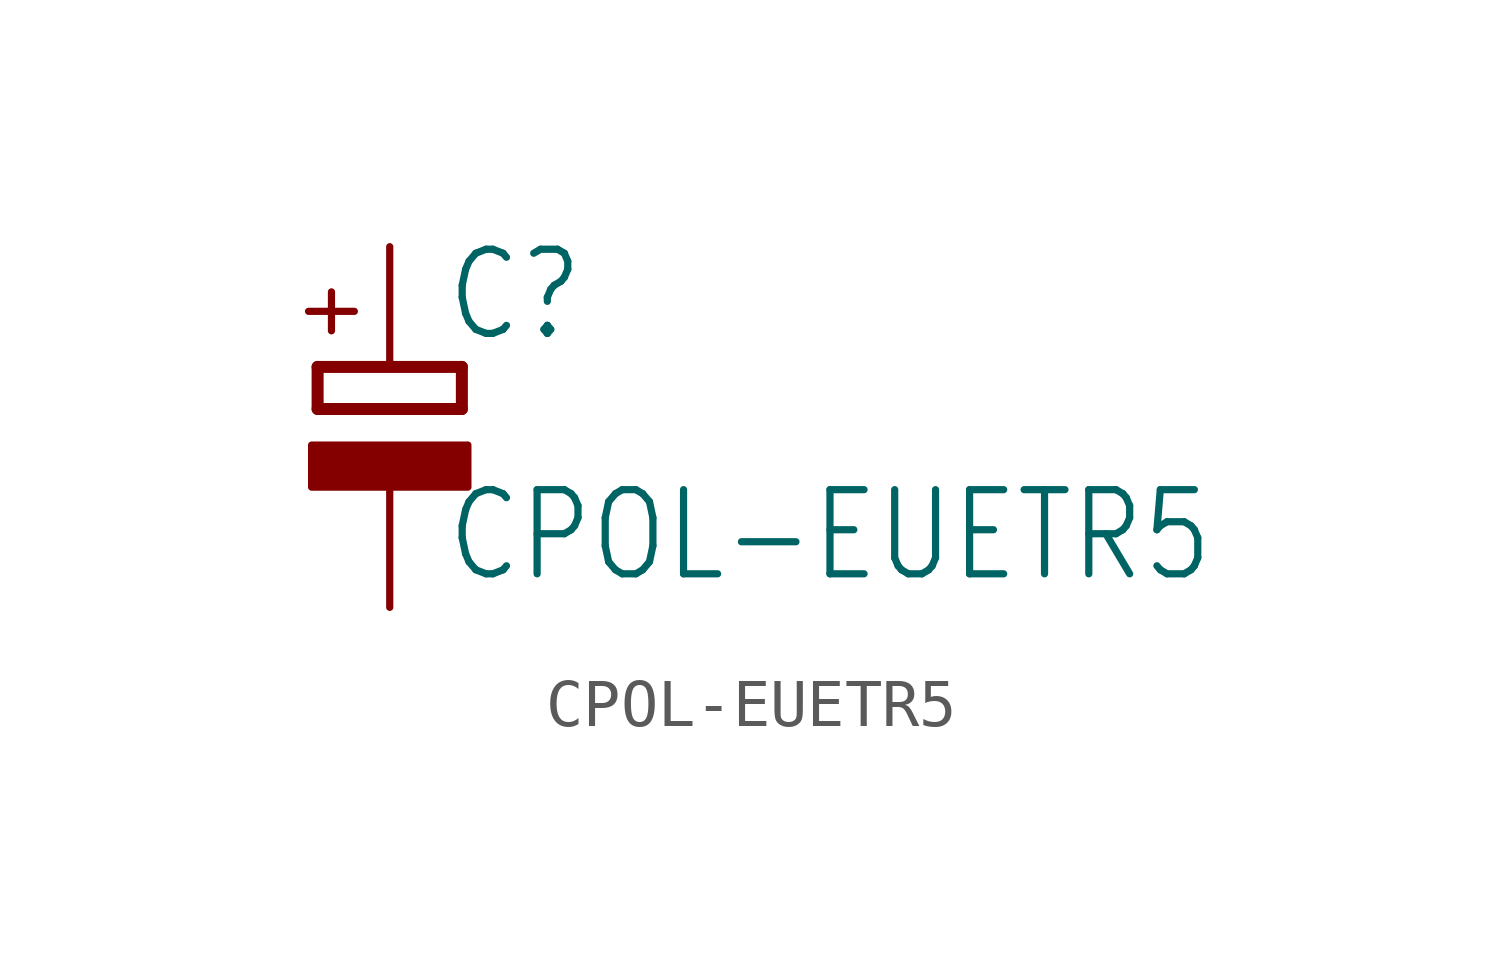
<source format=kicad_sym>
(kicad_symbol_lib
  (version 20210619)
  (generator kicad_symbol_editor)
  (symbol "CPOL-EUETR5"
    (property "Reference" "C"
      (at 1.143 0.483 0)
      (effects (font (size 1.778 1.511)) (justify left bottom)))
    (property "Value" "CPOL-EUETR5"
      (at 1.143 -4.597 0)
      (effects (font (size 1.778 1.511)) (justify left bottom)))
    (property "ki_locked" ""
      (at 0 0 0)
      (effects (font (size 1.27 1.27))))
    (symbol "CPOL-EUETR5_1_0"
      (text "+" (at -0.584 0.406 900) (effects (font (size 1.27 1.079)) (justify left bottom)))
      (rectangle (start -1.651 -2.54) (end 1.651 -1.651) (stroke (width 0)) (fill (type outline)))
      (polyline (pts (xy -1.524 -0.889) (xy 1.524 -0.889)) (stroke (width 0.254)) (fill (type none)))
      (polyline (pts (xy -1.524 0) (xy -1.524 -0.889)) (stroke (width 0.254)) (fill (type none)))
      (polyline (pts (xy -1.524 0) (xy 1.524 0)) (stroke (width 0.254)) (fill (type none)))
      (polyline (pts (xy 1.524 -0.889) (xy 1.524 0)) (stroke (width 0.254)) (fill (type none)))
      (pin passive line (at 0 2.54 270) (length 2.54) (name "+" (effects (font (size 0 0)))) (number "+" (effects (font (size 0 0)))))
      (pin passive line (at 0 -5.08 90) (length 2.54) (name "-" (effects (font (size 0 0)))) (number "-" (effects (font (size 0 0))))))))
</source>
